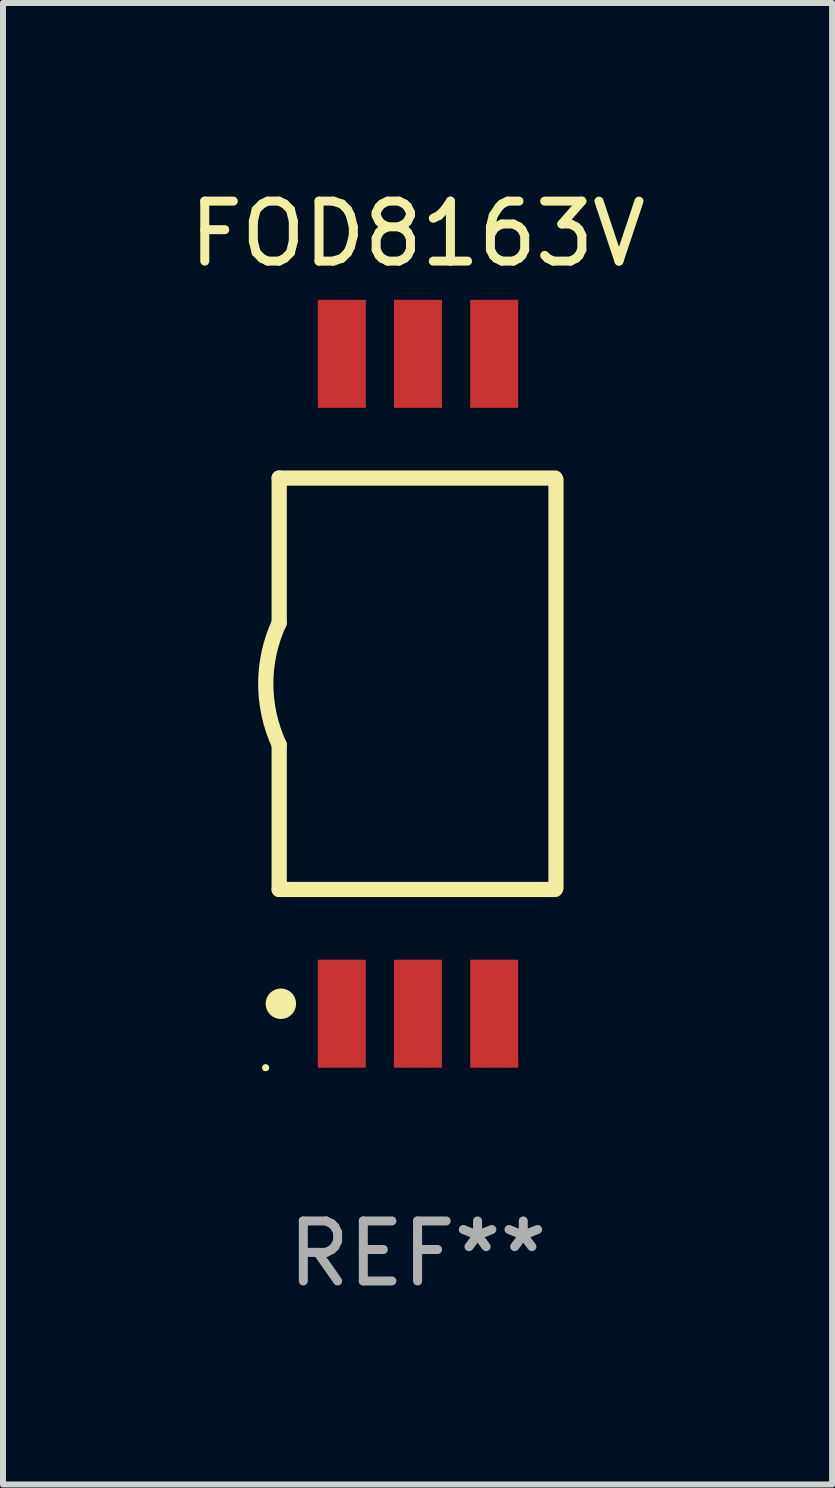
<source format=kicad_pcb>
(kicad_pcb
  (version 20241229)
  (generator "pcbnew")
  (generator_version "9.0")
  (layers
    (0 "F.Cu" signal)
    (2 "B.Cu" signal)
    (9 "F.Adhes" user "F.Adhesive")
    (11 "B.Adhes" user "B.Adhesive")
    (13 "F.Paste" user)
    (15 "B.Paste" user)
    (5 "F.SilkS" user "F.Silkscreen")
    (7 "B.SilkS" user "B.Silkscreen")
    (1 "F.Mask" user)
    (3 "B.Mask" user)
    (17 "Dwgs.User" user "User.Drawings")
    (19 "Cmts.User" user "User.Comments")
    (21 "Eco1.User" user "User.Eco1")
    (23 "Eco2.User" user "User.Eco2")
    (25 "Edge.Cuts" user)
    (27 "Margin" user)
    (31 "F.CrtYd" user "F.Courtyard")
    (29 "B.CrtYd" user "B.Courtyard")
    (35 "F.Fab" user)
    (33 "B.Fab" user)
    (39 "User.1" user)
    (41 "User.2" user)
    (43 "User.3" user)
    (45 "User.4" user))
  (footprint "FOD8163V"
    (layer "F.Cu")
    (at 3.911 8.348)
    (property "Reference" "FOD8163V" (at 0 -7.5 0) (layer "F.SilkS") (effects (font (size 1 1) (thickness 0.15))))
    (attr through_hole)
    (fp_line (start -2.307 -3.429) (end -2.307 -1.016) (stroke (width 0.254) (type solid)) (layer "F.SilkS"))
    (fp_line (start -2.307 -3.429) (end 2.293 -3.429) (stroke (width 0.254) (type solid)) (layer "F.SilkS"))
    (fp_line (start -2.307 3.429) (end -2.307 1.016) (stroke (width 0.254) (type solid)) (layer "F.SilkS"))
    (fp_line (start 2.293 3.429) (end -2.307 3.429) (stroke (width 0.254) (type solid)) (layer "F.SilkS"))
    (fp_line (start 2.307 -3.4) (end 2.307 3.4) (stroke (width 0.254) (type solid)) (layer "F.SilkS"))
    (fp_arc (start -2.306973 1.016002) (mid -2.53069 0.000003) (end -2.306998 -1.016002) (stroke (width 0.254001) (type solid)) (layer "F.SilkS"))
    (fp_circle (center -2.533 6.4) (end -2.503 6.4) (stroke (width 0.06) (type solid)) (fill no) (layer "F.SilkS"))
    (fp_circle (center -2.279 5.334) (end -2.152 5.334) (stroke (width 0.254) (type solid)) (fill no) (layer "F.SilkS"))
    (fp_text user "REF**" (at 0 9.5 0) (layer "F.Fab") (effects (font (size 1 1) (thickness 0.15))))
    (pad "1" smd rect (at -1.263 5.5 180) (size 0.8 1.8) (layers "F.Cu" "F.Mask" "F.Paste"))
    (pad "2" smd rect (at 0.007 5.5 180) (size 0.8 1.8) (layers "F.Cu" "F.Mask" "F.Paste"))
    (pad "3" smd rect (at 1.277 5.5 180) (size 0.8 1.8) (layers "F.Cu" "F.Mask" "F.Paste"))
    (pad "4" smd rect (at 1.277 -5.5 180) (size 0.8 1.8) (layers "F.Cu" "F.Mask" "F.Paste"))
    (pad "5" smd rect (at 0.007 -5.5 180) (size 0.8 1.8) (layers "F.Cu" "F.Mask" "F.Paste"))
    (pad "6" smd rect (at -1.263 -5.5 180) (size 0.8 1.8) (layers "F.Cu" "F.Mask" "F.Paste")))
  (gr_rect
    (start -3 -3)
    (end 10.821 21.696)
    (stroke (width 0.1) (type default))
    (fill no)
    (layer "Edge.Cuts")))
</source>
